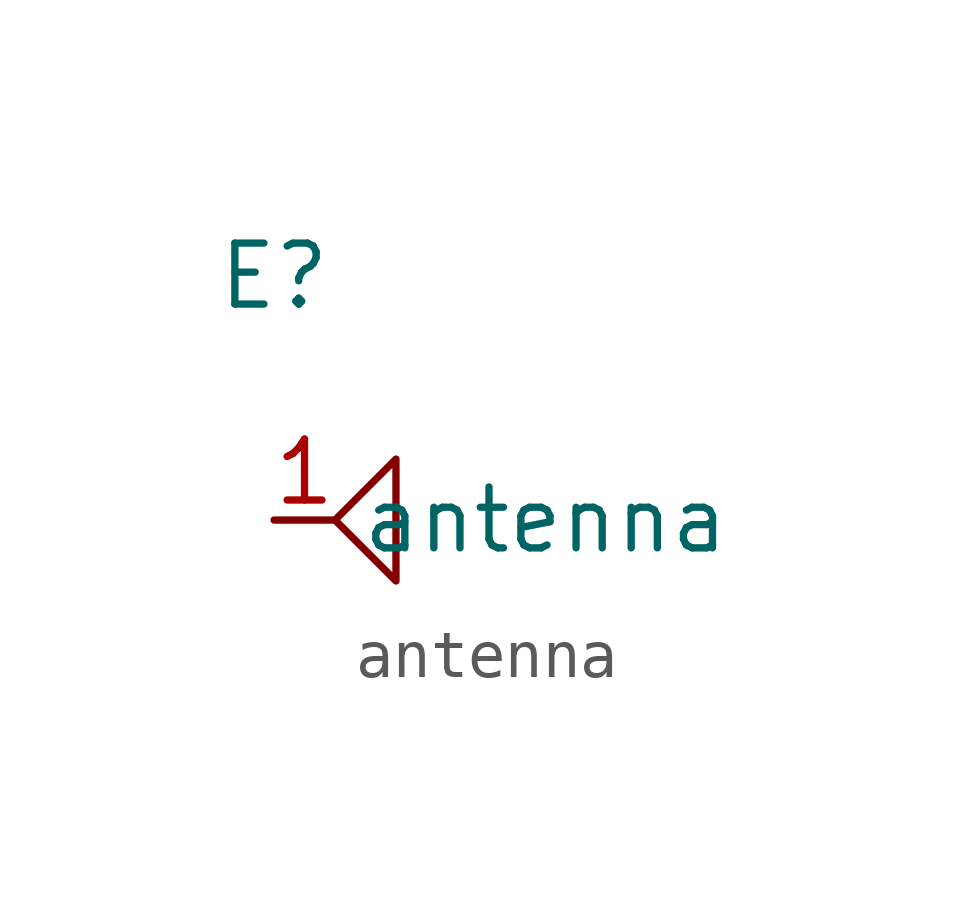
<source format=kicad_sym>
(kicad_symbol_lib
  (version 20241209)
  (generator "kicad_symbol_editor")
  (generator_version "9.0")
  (symbol "antenna"
    (property "Reference" "E"
      (at 0 0 0)
      (effects (font (size 1.27 1.27))))
    (property "Value" ""
      (at 0 0 0)
      (effects (font (size 1.27 1.27))))
    (symbol "antenna_0_1"
      (polyline (pts (xy 2.54 -5.08) (xy 2.54 -6.35) (xy 1.27 -5.08) (xy 2.54 -3.81) (xy 2.54 -5.08)) (stroke (width 0) (type default)) (fill (type none))))
    (symbol "antenna_1_1"
      (pin bidirectional line (at 0 -5.08 0) (length 1.27) (name "antenna" (effects (font (size 1.27 1.27)))) (number "1" (effects (font (size 1.27 1.27))))))))
</source>
